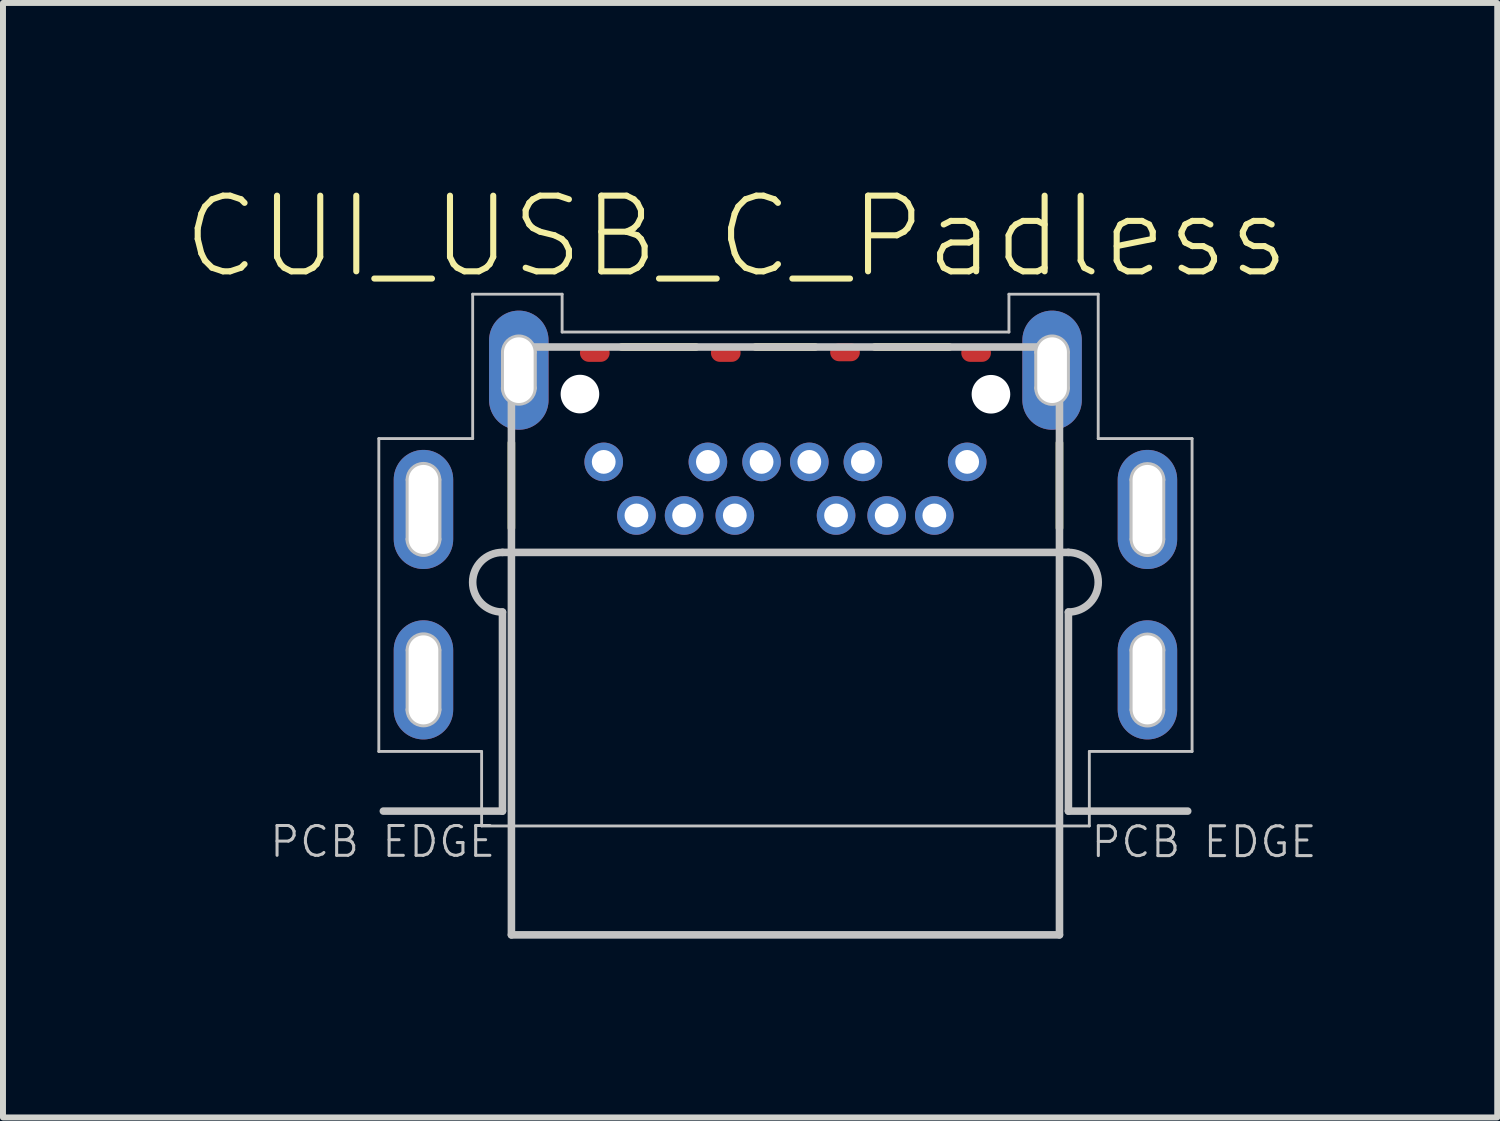
<source format=kicad_pcb>
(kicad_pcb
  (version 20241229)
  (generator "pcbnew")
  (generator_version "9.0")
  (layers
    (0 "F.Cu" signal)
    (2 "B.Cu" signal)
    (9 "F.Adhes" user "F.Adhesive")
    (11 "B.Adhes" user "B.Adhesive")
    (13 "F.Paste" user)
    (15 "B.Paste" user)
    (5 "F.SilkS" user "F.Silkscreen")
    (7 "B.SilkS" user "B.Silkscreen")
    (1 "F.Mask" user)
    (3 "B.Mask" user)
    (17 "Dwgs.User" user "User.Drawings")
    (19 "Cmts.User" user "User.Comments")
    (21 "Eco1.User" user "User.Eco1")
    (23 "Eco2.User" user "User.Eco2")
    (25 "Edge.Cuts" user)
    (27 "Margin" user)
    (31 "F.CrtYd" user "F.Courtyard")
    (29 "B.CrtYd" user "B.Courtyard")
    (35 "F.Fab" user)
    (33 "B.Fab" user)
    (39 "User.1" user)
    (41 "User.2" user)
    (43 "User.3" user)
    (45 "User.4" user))
  (footprint "CUI_USB_C_Padless"
    (layer "F.Cu")
    (at 10.131 10.576)
    (property "Reference" "CUI_USB_C_Padless" (at -0.822 -9.655 0) (layer "F.SilkS") (effects (font (size 1.27 1.27) (thickness 0.102))))
    (attr smd)
    (fp_poly (pts (xy -4.848 -0.015) (xy -4.848 -3.256) (xy -4.978 -3.289) (xy -5.097 -3.35) (xy -5.199 -3.434) (xy -5.28 -3.538) (xy -5.338 -3.66) (xy -5.366 -3.79) (xy -5.366 -3.922) (xy -5.338 -4.054) (xy -5.28 -4.173) (xy -5.199 -4.277) (xy -5.097 -4.364) (xy -4.978 -4.422) (xy -4.848 -4.455) (xy 4.85 -4.455) (xy 4.977 -4.422) (xy 5.096 -4.364) (xy 5.2 -4.277) (xy 5.281 -4.173) (xy 5.337 -4.054) (xy 5.368 -3.922) (xy 5.368 -3.79) (xy 5.337 -3.66) (xy 5.281 -3.538) (xy 5.2 -3.434) (xy 5.096 -3.35) (xy 4.977 -3.289) (xy 4.85 -3.256) (xy 4.85 -0.015) (xy -4.848 -0.015)) (stroke (width 0.048) (type solid)) (fill yes) (layer "F.Mask"))
    (fp_poly (pts (xy -4.848 -0.015) (xy -4.848 -3.256) (xy -4.978 -3.289) (xy -5.097 -3.35) (xy -5.199 -3.434) (xy -5.28 -3.538) (xy -5.338 -3.66) (xy -5.366 -3.79) (xy -5.366 -3.922) (xy -5.338 -4.054) (xy -5.28 -4.173) (xy -5.199 -4.277) (xy -5.097 -4.364) (xy -4.978 -4.422) (xy -4.848 -4.455) (xy 4.85 -4.455) (xy 4.977 -4.422) (xy 5.096 -4.364) (xy 5.2 -4.277) (xy 5.281 -4.173) (xy 5.337 -4.054) (xy 5.368 -3.922) (xy 5.368 -3.79) (xy 5.337 -3.66) (xy 5.281 -3.538) (xy 5.2 -3.434) (xy 5.096 -3.35) (xy 4.977 -3.289) (xy 4.85 -3.256) (xy 4.85 -0.015) (xy -4.848 -0.015)) (stroke (width 0.048) (type solid)) (fill yes) (layer "B.Mask"))
    (fp_line (start -4.599 -4.765) (end -4.599 -6.195) (stroke (width 0.127) (type solid)) (layer "F.SilkS"))
    (fp_line (start -2.75 -7.803) (end -1.5 -7.803) (stroke (width 0.127) (type solid)) (layer "F.SilkS"))
    (fp_line (start -0.502 -7.803) (end 0.499 -7.803) (stroke (width 0.127) (type solid)) (layer "F.SilkS"))
    (fp_line (start 1.499 -7.803) (end 2.749 -7.803) (stroke (width 0.127) (type solid)) (layer "F.SilkS"))
    (fp_line (start 4.598 -6.195) (end 4.598 -4.765) (stroke (width 0.127) (type solid)) (layer "F.SilkS"))
    (fp_line (start -6.824 -6.266) (end -5.249 -6.266) (stroke (width 0.048) (type solid)) (layer "Dwgs.User"))
    (fp_line (start -6.824 -1.016) (end -6.824 -6.266) (stroke (width 0.048) (type solid)) (layer "Dwgs.User"))
    (fp_line (start -6.324 -5.575) (end -6.324 -4.577) (stroke (width 0.1) (type solid)) (layer "Dwgs.User"))
    (fp_line (start -6.324 -2.715) (end -6.324 -1.717) (stroke (width 0.1) (type solid)) (layer "Dwgs.User"))
    (fp_line (start -5.823 -5.575) (end -5.823 -4.577) (stroke (width 0.1) (type solid)) (layer "Dwgs.User"))
    (fp_line (start -5.823 -2.715) (end -5.823 -1.717) (stroke (width 0.1) (type solid)) (layer "Dwgs.User"))
    (fp_line (start -5.249 -8.689) (end -3.748 -8.689) (stroke (width 0.048) (type solid)) (layer "Dwgs.User"))
    (fp_line (start -5.249 -6.266) (end -5.249 -8.689) (stroke (width 0.048) (type solid)) (layer "Dwgs.User"))
    (fp_line (start -5.099 -1.016) (end -6.824 -1.016) (stroke (width 0.048) (type solid)) (layer "Dwgs.User"))
    (fp_line (start -5.099 0.234) (end -5.099 -1.016) (stroke (width 0.048) (type solid)) (layer "Dwgs.User"))
    (fp_line (start -4.749 -4.356) (end 4.748 -4.356) (stroke (width 0.1) (type solid)) (layer "Dwgs.User"))
    (fp_line (start -4.749 -4.356) (end 4.748 -4.356) (stroke (width 0.127) (type solid)) (layer "Dwgs.User"))
    (fp_line (start -4.749 -3.355) (end -4.749 -0.015) (stroke (width 0.1) (type solid)) (layer "Dwgs.User"))
    (fp_line (start -4.749 -3.355) (end -4.749 -0.015) (stroke (width 0.127) (type solid)) (layer "Dwgs.User"))
    (fp_line (start -4.749 -0.015) (end -6.748 -0.015) (stroke (width 0.127) (type solid)) (layer "Dwgs.User"))
    (fp_line (start -4.724 -7.714) (end -4.724 -7.115) (stroke (width 0.1) (type solid)) (layer "Dwgs.User"))
    (fp_line (start -4.599 -7.803) (end -4.599 2.062) (stroke (width 0.127) (type solid)) (layer "Dwgs.User"))
    (fp_line (start -4.599 -7.803) (end 4.598 -7.803) (stroke (width 0.127) (type solid)) (layer "Dwgs.User"))
    (fp_line (start -4.599 2.062) (end 4.598 2.062) (stroke (width 0.127) (type solid)) (layer "Dwgs.User"))
    (fp_line (start -4.223 -7.714) (end -4.223 -7.115) (stroke (width 0.1) (type solid)) (layer "Dwgs.User"))
    (fp_line (start -3.748 -8.689) (end -3.748 -8.054) (stroke (width 0.048) (type solid)) (layer "Dwgs.User"))
    (fp_line (start -3.748 -8.054) (end 3.75 -8.054) (stroke (width 0.048) (type solid)) (layer "Dwgs.User"))
    (fp_line (start 3.75 -8.689) (end 5.248 -8.689) (stroke (width 0.048) (type solid)) (layer "Dwgs.User"))
    (fp_line (start 3.75 -8.054) (end 3.75 -8.689) (stroke (width 0.048) (type solid)) (layer "Dwgs.User"))
    (fp_line (start 4.225 -7.714) (end 4.225 -7.115) (stroke (width 0.1) (type solid)) (layer "Dwgs.User"))
    (fp_line (start 4.598 -7.803) (end 4.598 2.062) (stroke (width 0.127) (type solid)) (layer "Dwgs.User"))
    (fp_line (start 4.723 -7.714) (end 4.723 -7.115) (stroke (width 0.1) (type solid)) (layer "Dwgs.User"))
    (fp_line (start 4.748 -3.355) (end 4.748 -0.015) (stroke (width 0.1) (type solid)) (layer "Dwgs.User"))
    (fp_line (start 4.748 -3.355) (end 4.748 -0.015) (stroke (width 0.127) (type solid)) (layer "Dwgs.User"))
    (fp_line (start 4.748 -0.015) (end 6.75 -0.015) (stroke (width 0.127) (type solid)) (layer "Dwgs.User"))
    (fp_line (start 5.099 -1.016) (end 5.099 0.234) (stroke (width 0.048) (type solid)) (layer "Dwgs.User"))
    (fp_line (start 5.099 0.234) (end -5.099 0.234) (stroke (width 0.048) (type solid)) (layer "Dwgs.User"))
    (fp_line (start 5.248 -8.689) (end 5.248 -6.266) (stroke (width 0.048) (type solid)) (layer "Dwgs.User"))
    (fp_line (start 5.248 -6.266) (end 6.823 -6.266) (stroke (width 0.048) (type solid)) (layer "Dwgs.User"))
    (fp_line (start 5.822 -5.575) (end 5.822 -4.577) (stroke (width 0.1) (type solid)) (layer "Dwgs.User"))
    (fp_line (start 5.822 -2.715) (end 5.822 -1.717) (stroke (width 0.1) (type solid)) (layer "Dwgs.User"))
    (fp_line (start 6.323 -5.575) (end 6.323 -4.577) (stroke (width 0.1) (type solid)) (layer "Dwgs.User"))
    (fp_line (start 6.323 -2.715) (end 6.323 -1.717) (stroke (width 0.1) (type solid)) (layer "Dwgs.User"))
    (fp_line (start 6.823 -6.266) (end 6.823 -1.016) (stroke (width 0.048) (type solid)) (layer "Dwgs.User"))
    (fp_line (start 6.823 -1.016) (end 5.099 -1.016) (stroke (width 0.048) (type solid)) (layer "Dwgs.User"))
    (fp_arc (start -6.32378 -5.5753) (mid -6.07486 -5.82422) (end -5.82594 -5.5753) (stroke (width 0.1) (type solid)) (layer "Dwgs.User"))
    (fp_arc (start -6.32378 -2.71526) (mid -6.07486 -2.96418) (end -5.82594 -2.71526) (stroke (width 0.1) (type solid)) (layer "Dwgs.User"))
    (fp_arc (start -5.8234 -4.57708) (mid -6.07486 -4.32562) (end -6.32632 -4.57708) (stroke (width 0.1) (type solid)) (layer "Dwgs.User"))
    (fp_arc (start -5.8234 -1.71704) (mid -6.07486 -1.46558) (end -6.32632 -1.71704) (stroke (width 0.1) (type solid)) (layer "Dwgs.User"))
    (fp_arc (start -4.74898 -3.35534) (mid -5.24936 -3.85572) (end -4.74898 -4.3561) (stroke (width 0.1) (type solid)) (layer "Dwgs.User"))
    (fp_arc (start -4.74898 -3.35534) (mid -5.24936 -3.85572) (end -4.74898 -4.3561) (stroke (width 0.127) (type solid)) (layer "Dwgs.User"))
    (fp_arc (start -4.72358 -7.71398) (mid -4.47466 -7.9629) (end -4.22574 -7.71398) (stroke (width 0.1) (type solid)) (layer "Dwgs.User"))
    (fp_arc (start -4.2232 -7.11454) (mid -4.47466 -6.86308) (end -4.72612 -7.11454) (stroke (width 0.1) (type solid)) (layer "Dwgs.User"))
    (fp_arc (start 4.22484 -7.71398) (mid 4.47376 -7.9629) (end 4.72268 -7.71398) (stroke (width 0.1) (type solid)) (layer "Dwgs.User"))
    (fp_arc (start 4.72268 -7.11454) (mid 4.47376 -6.86562) (end 4.22484 -7.11454) (stroke (width 0.1) (type solid)) (layer "Dwgs.User"))
    (fp_arc (start 4.74808 -4.3561) (mid 5.24846 -3.85572) (end 4.74808 -3.35534) (stroke (width 0.1) (type solid)) (layer "Dwgs.User"))
    (fp_arc (start 4.74808 -4.3561) (mid 5.24846 -3.85572) (end 4.74808 -3.35534) (stroke (width 0.127) (type solid)) (layer "Dwgs.User"))
    (fp_arc (start 5.8225 -5.5753) (mid 6.07396 -5.82676) (end 6.32542 -5.5753) (stroke (width 0.1) (type solid)) (layer "Dwgs.User"))
    (fp_arc (start 5.8225 -2.71526) (mid 6.07396 -2.96672) (end 6.32542 -2.71526) (stroke (width 0.1) (type solid)) (layer "Dwgs.User"))
    (fp_arc (start 6.32288 -4.57708) (mid 6.07396 -4.32816) (end 5.82504 -4.57708) (stroke (width 0.1) (type solid)) (layer "Dwgs.User"))
    (fp_arc (start 6.32288 -1.71704) (mid 6.07396 -1.46812) (end 5.82504 -1.71704) (stroke (width 0.1) (type solid)) (layer "Dwgs.User"))
    (fp_text user "PCB EDGE" (at 7.024 0.503 0) (layer "Dwgs.User") (effects (font (size 0.5 0.5) (thickness 0.051))))
    (fp_text user "PCB EDGE" (at -6.758 0.498 0) (layer "Dwgs.User") (effects (font (size 0.5 0.5) (thickness 0.051))))
    (pad "" np_thru_hole circle (at -3.449 -7.013) (size 0.648 0.648) (drill 0.648) (layers "*.Cu" "*.Mask"))
    (pad "" np_thru_hole circle (at 3.448 -7.01) (size 0.648 0.648) (drill 0.648) (layers "*.Cu" "*.Mask"))
    (pad "B1" thru_hole circle (at 3.049 -5.875) (size 0.648 0.648) (drill 0.399) (layers "*.Cu" "*.Paste" "*.Mask"))
    (pad "B2" thru_hole circle (at 2.498 -4.976) (size 0.648 0.648) (drill 0.399) (layers "*.Cu" "*.Paste" "*.Mask"))
    (pad "B3" thru_hole circle (at 1.698 -4.976) (size 0.648 0.648) (drill 0.399) (layers "*.Cu" "*.Paste" "*.Mask"))
    (pad "B4" thru_hole circle (at 1.299 -5.875) (size 0.648 0.648) (drill 0.399) (layers "*.Cu" "*.Paste" "*.Mask"))
    (pad "B5" thru_hole circle (at 0.849 -4.976) (size 0.648 0.648) (drill 0.399) (layers "*.Cu" "*.Paste" "*.Mask"))
    (pad "B6" thru_hole circle (at 0.4 -5.875) (size 0.648 0.648) (drill 0.399) (layers "*.Cu" "*.Paste" "*.Mask"))
    (pad "B7" thru_hole circle (at -0.401 -5.875) (size 0.648 0.648) (drill 0.399) (layers "*.Cu" "*.Paste" "*.Mask"))
    (pad "B8" thru_hole circle (at -0.85 -4.976) (size 0.648 0.648) (drill 0.399) (layers "*.Cu" "*.Paste" "*.Mask"))
    (pad "B9" thru_hole circle (at -1.302 -5.875) (size 0.648 0.648) (drill 0.399) (layers "*.Cu" "*.Paste" "*.Mask"))
    (pad "B10" thru_hole circle (at -1.701 -4.976) (size 0.648 0.648) (drill 0.399) (layers "*.Cu" "*.Paste" "*.Mask"))
    (pad "B11" thru_hole circle (at -2.501 -4.976) (size 0.648 0.648) (drill 0.399) (layers "*.Cu" "*.Paste" "*.Mask"))
    (pad "B12" thru_hole circle (at -3.05 -5.875) (size 0.648 0.648) (drill 0.399) (layers "*.Cu" "*.Paste" "*.Mask"))
    (pad "SH1" thru_hole oval (at -4.475 -7.414 180) (size 0.998 1.999) (drill oval 0.498 1.102) (layers "*.Cu" "*.Paste" "*.Mask"))
    (pad "SH2" thru_hole oval (at 4.474 -7.414 180) (size 0.998 1.999) (drill oval 0.498 1.102) (layers "*.Cu" "*.Paste" "*.Mask"))
    (pad "SH3" thru_hole oval (at -6.075 -5.077 180) (size 0.998 1.999) (drill oval 0.498 1.494) (layers "*.Cu" "*.Paste" "*.Mask"))
    (pad "SH4" thru_hole oval (at 6.074 -5.077 180) (size 0.998 1.999) (drill oval 0.498 1.494) (layers "*.Cu" "*.Paste" "*.Mask"))
    (pad "SH5" thru_hole oval (at -6.075 -2.217 180) (size 0.998 1.999) (drill oval 0.498 1.494) (layers "*.Cu" "*.Paste" "*.Mask"))
    (pad "SH6" thru_hole oval (at 6.074 -2.217 180) (size 0.998 1.999) (drill oval 0.498 1.494) (layers "*.Cu" "*.Paste" "*.Mask"))
    (pad "SH7" smd oval (at -3.2 -7.704) (size 0.498 0.3) (layers "F.Cu" "F.Mask" "F.Paste"))
    (pad "SH8" smd oval (at -1.002 -7.704) (size 0.498 0.3) (layers "F.Cu" "F.Mask" "F.Paste"))
    (pad "SH9" smd oval (at 0.999 -7.714) (size 0.498 0.3) (layers "F.Cu" "F.Mask" "F.Paste"))
    (pad "SH10" smd oval (at 3.199 -7.704) (size 0.498 0.3) (layers "F.Cu" "F.Mask" "F.Paste")))
  (gr_rect
    (start -3 -3)
    (end 22.075 15.702)
    (stroke (width 0.1) (type default))
    (fill no)
    (layer "Edge.Cuts")))
</source>
